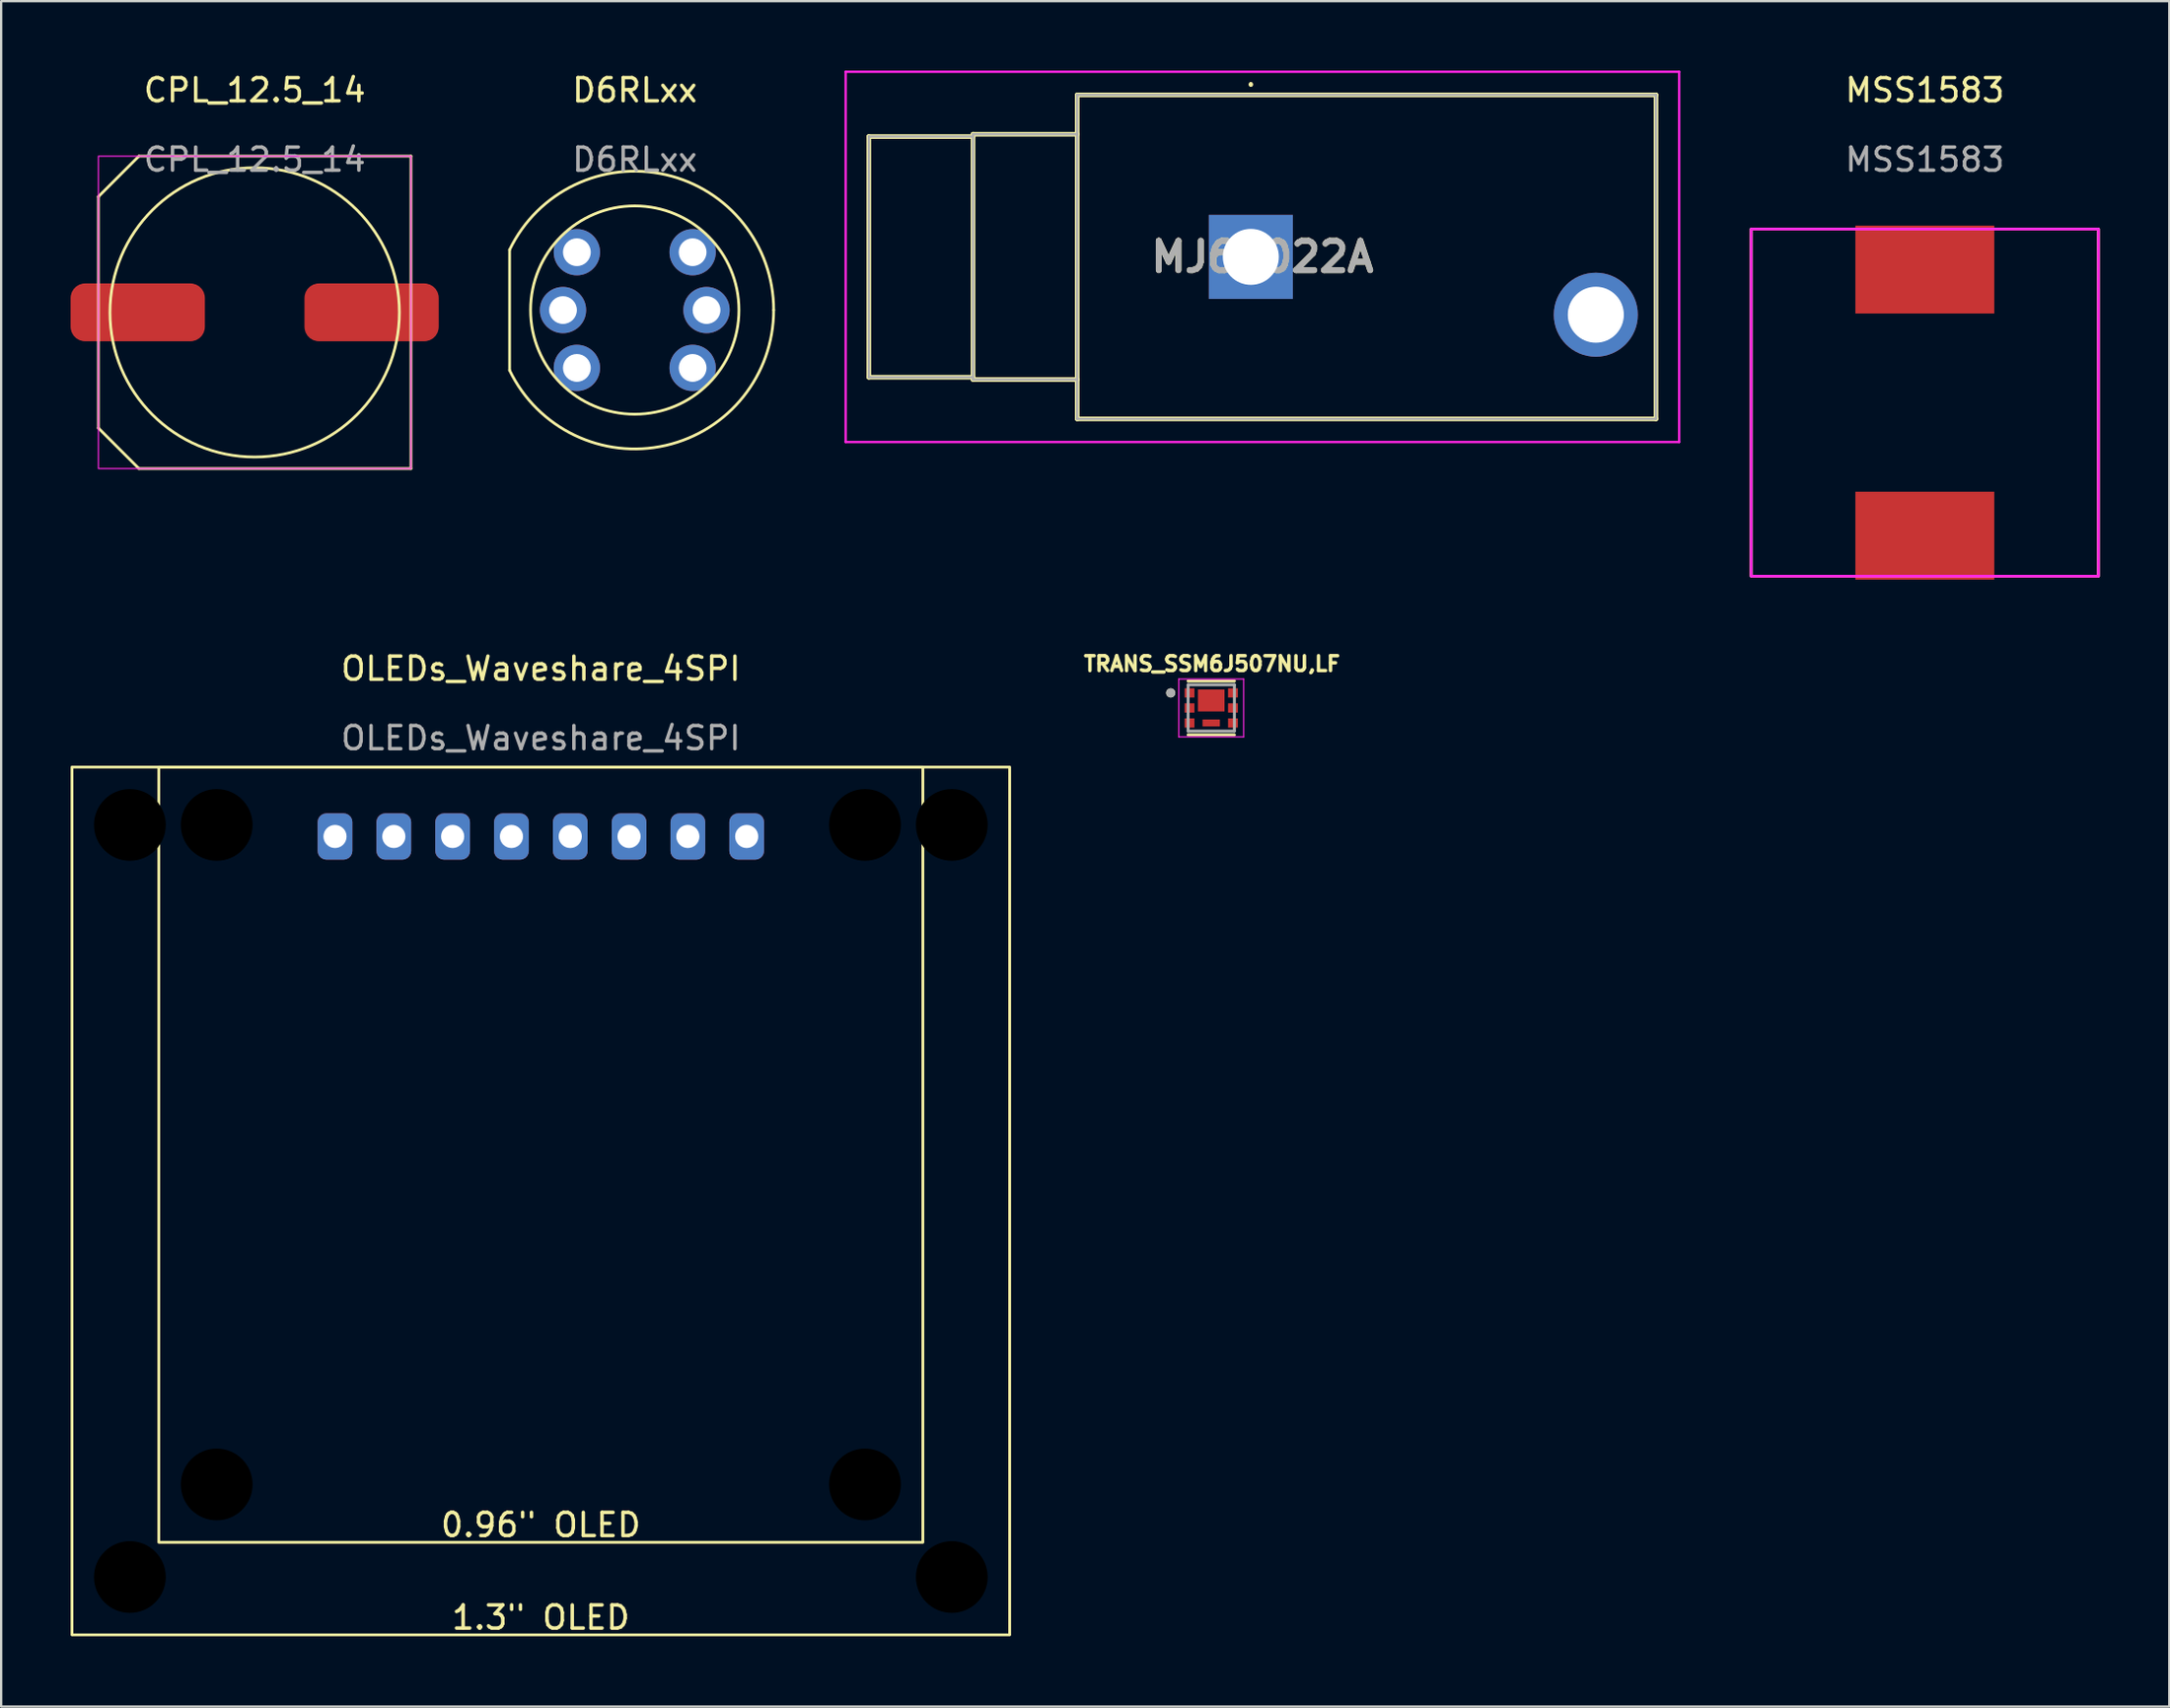
<source format=kicad_pcb>
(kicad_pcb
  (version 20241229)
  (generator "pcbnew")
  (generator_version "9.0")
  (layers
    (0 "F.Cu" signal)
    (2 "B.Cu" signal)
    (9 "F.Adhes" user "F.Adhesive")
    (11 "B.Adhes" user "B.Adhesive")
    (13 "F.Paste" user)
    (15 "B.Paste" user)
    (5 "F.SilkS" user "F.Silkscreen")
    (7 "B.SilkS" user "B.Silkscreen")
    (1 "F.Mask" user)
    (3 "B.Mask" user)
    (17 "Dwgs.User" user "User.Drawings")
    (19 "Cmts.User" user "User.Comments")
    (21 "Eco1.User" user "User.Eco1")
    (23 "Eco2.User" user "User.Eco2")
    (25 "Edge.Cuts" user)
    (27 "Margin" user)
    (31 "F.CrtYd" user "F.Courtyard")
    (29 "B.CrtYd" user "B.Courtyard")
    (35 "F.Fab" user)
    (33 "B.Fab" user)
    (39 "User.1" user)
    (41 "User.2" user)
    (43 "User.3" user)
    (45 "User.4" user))
  (footprint "MSS1583"
    (layer "F.Cu")
    (at 80.086 14.348)
    (property "Reference" "MSS1583" (at 0 -13.5 0) (unlocked yes) (layer "F.SilkS") (effects (font (size 1 1) (thickness 0.15))))
    (attr smd)
    (fp_rect (start -7.5 -7.5) (end 7.5 7.5) (stroke (width 0.12) (type default)) (fill no) (layer "F.SilkS"))
    (fp_rect (start -7.5 -7.5) (end 7.5 7.5) (stroke (width 0.12) (type default)) (fill no) (layer "F.CrtYd"))
    (fp_text user "${REFERENCE}" (at 0 -10.5 0) (unlocked yes) (layer "F.Fab") (effects (font (size 1 1) (thickness 0.15))))
    (pad "1" smd rect (at 0 -5.75) (size 6 3.8) (layers "F.Cu" "F.Mask" "F.Paste"))
    (pad "2" smd rect (at 0 5.75) (size 6 3.8) (layers "F.Cu" "F.Mask" "F.Paste")))
  (footprint "OLEDs_Waveshare_4SPI"
    (layer "F.Cu")
    (at 20.31 48.846)
    (property "Reference" "OLEDs_Waveshare_4SPI" (at 0 -23 0) (unlocked yes) (layer "F.SilkS") (effects (font (size 1 1) (thickness 0.15))))
    (attr through_hole)
    (fp_rect (start -20.25 -18.75) (end 20.25 18.75) (stroke (width 0.12) (type default)) (fill no) (layer "F.SilkS"))
    (fp_rect (start -16.5 -18.75) (end 16.5 14.75) (stroke (width 0.12) (type default)) (fill no) (layer "F.SilkS"))
    (fp_text user "0.96\" OLED" (at 0 14 0) (unlocked yes) (layer "F.SilkS") (effects (font (size 1 1) (thickness 0.15))))
    (fp_text user "1.3\" OLED" (at 0 18 0) (unlocked yes) (layer "F.SilkS") (effects (font (size 1 1) (thickness 0.15))))
    (fp_text user "${REFERENCE}" (at 0 -20 0) (unlocked yes) (layer "F.Fab") (effects (font (size 1 1) (thickness 0.15))))
    (pad "" np_thru_hole circle (at -17.75 -16.25) (size 3.1 3.1) (drill 3.1) (layers "*.Mask"))
    (pad "" np_thru_hole circle (at -17.75 16.25) (size 3.1 3.1) (drill 3.1) (layers "*.Mask"))
    (pad "" np_thru_hole circle (at -14 -16.25) (size 3.1 3.1) (drill 3.1) (layers "*.Mask"))
    (pad "" np_thru_hole circle (at -14 12.25) (size 3.1 3.1) (drill 3.1) (layers "*.Mask"))
    (pad "" np_thru_hole circle (at 14 -16.25) (size 3.1 3.1) (drill 3.1) (layers "*.Mask"))
    (pad "" np_thru_hole circle (at 14 12.25) (size 3.1 3.1) (drill 3.1) (layers "*.Mask"))
    (pad "" np_thru_hole circle (at 17.75 -16.25) (size 3.1 3.1) (drill 3.1) (layers "*.Mask"))
    (pad "" np_thru_hole circle (at 17.75 16.25) (size 3.1 3.1) (drill 3.1) (layers "*.Mask"))
    (pad "1" thru_hole roundrect (at 8.89 -15.75) (size 1.5 2) (drill 1) (layers "*.Cu" "*.Mask") (roundrect_rratio 0.25))
    (pad "2" thru_hole roundrect (at 6.35 -15.75) (size 1.5 2) (drill 1) (layers "*.Cu" "*.Mask") (roundrect_rratio 0.25))
    (pad "3" thru_hole roundrect (at 3.81 -15.75) (size 1.5 2) (drill 1) (layers "*.Cu" "*.Mask") (roundrect_rratio 0.25))
    (pad "4" thru_hole roundrect (at 1.27 -15.75) (size 1.5 2) (drill 1) (layers "*.Cu" "*.Mask") (roundrect_rratio 0.25))
    (pad "5" thru_hole roundrect (at -1.27 -15.75) (size 1.5 2) (drill 1) (layers "*.Cu" "*.Mask") (roundrect_rratio 0.25))
    (pad "6" thru_hole roundrect (at -3.81 -15.75) (size 1.5 2) (drill 1) (layers "*.Cu" "*.Mask") (roundrect_rratio 0.25))
    (pad "7" thru_hole roundrect (at -6.35 -15.75) (size 1.5 2) (drill 1) (layers "*.Cu" "*.Mask") (roundrect_rratio 0.25))
    (pad "8" thru_hole roundrect (at -8.89 -15.75) (size 1.5 2) (drill 1) (layers "*.Cu" "*.Mask") (roundrect_rratio 0.25)))
  (footprint "TRANS_SSM6J507NU,LF"
    (layer "F.Cu")
    (at 49.265 27.542)
    (property "Reference" "TRANS_SSM6J507NU,LF" (at 0.032 -1.906 0) (layer "F.SilkS") (effects (font (size 0.64 0.64) (thickness 0.15))))
    (attr smd)
    (fp_line (start -1 -1.163) (end 1 -1.163) (stroke (width 0.127) (type solid)) (layer "F.SilkS"))
    (fp_line (start -1 1.163) (end 1 1.163) (stroke (width 0.127) (type solid)) (layer "F.SilkS"))
    (fp_circle (center -1.75 -0.65) (end -1.65 -0.65) (stroke (width 0.2) (type solid)) (fill no) (layer "F.SilkS"))
    (fp_line (start -1.4 -1.25) (end -1.4 1.25) (stroke (width 0.05) (type solid)) (layer "F.CrtYd"))
    (fp_line (start -1.4 1.25) (end 1.4 1.25) (stroke (width 0.05) (type solid)) (layer "F.CrtYd"))
    (fp_line (start 1.4 -1.25) (end -1.4 -1.25) (stroke (width 0.05) (type solid)) (layer "F.CrtYd"))
    (fp_line (start 1.4 1.25) (end 1.4 -1.25) (stroke (width 0.05) (type solid)) (layer "F.CrtYd"))
    (fp_line (start -1 -1) (end -1 1) (stroke (width 0.127) (type solid)) (layer "F.Fab"))
    (fp_line (start -1 1) (end 1 1) (stroke (width 0.127) (type solid)) (layer "F.Fab"))
    (fp_line (start 1 -1) (end -1 -1) (stroke (width 0.127) (type solid)) (layer "F.Fab"))
    (fp_line (start 1 1) (end 1 -1) (stroke (width 0.127) (type solid)) (layer "F.Fab"))
    (fp_circle (center -1.75 -0.65) (end -1.65 -0.65) (stroke (width 0.2) (type solid)) (fill no) (layer "F.Fab"))
    (pad "1" smd rect (at -0.938 -0.65) (size 0.425 0.4) (layers "F.Cu" "F.Mask" "F.Paste"))
    (pad "2" smd rect (at -0.938 0) (size 0.425 0.4) (layers "F.Cu" "F.Mask" "F.Paste"))
    (pad "3" smd rect (at -0.938 0.65) (size 0.425 0.4) (layers "F.Cu" "F.Mask" "F.Paste"))
    (pad "4" smd rect (at 0.938 0.65 180) (size 0.425 0.4) (layers "F.Cu" "F.Mask" "F.Paste"))
    (pad "5" smd rect (at 0.938 0 180) (size 0.425 0.4) (layers "F.Cu" "F.Mask" "F.Paste"))
    (pad "6" smd rect (at 0.938 -0.65 180) (size 0.425 0.4) (layers "F.Cu" "F.Mask" "F.Paste"))
    (pad "7" smd rect (at 0 -0.325) (size 1.15 0.95) (layers "F.Cu" "F.Mask" "F.Paste"))
    (pad "8" smd rect (at 0 0.65) (size 0.75 0.3) (layers "F.Cu" "F.Mask" "F.Paste")))
  (footprint "MJ63022A"
    (layer "F.Cu")
    (at 50.976 8.05)
    (property "Reference" "MJ63022A" (at 0.5 0 0) (layer "F.SilkS") (effects (font (size 1.27 1.27) (thickness 0.254))))
    (attr through_hole)
    (fp_line (start -16.5 -5.2) (end -16.5 5.2) (stroke (width 0.2) (type solid)) (layer "F.SilkS"))
    (fp_line (start -16.5 5.2) (end -12 5.2) (stroke (width 0.2) (type solid)) (layer "F.SilkS"))
    (fp_line (start -12 -5.3) (end -12 5.3) (stroke (width 0.2) (type solid)) (layer "F.SilkS"))
    (fp_line (start -12 -5.2) (end -16.5 -5.2) (stroke (width 0.2) (type solid)) (layer "F.SilkS"))
    (fp_line (start -12 5.3) (end -7.5 5.3) (stroke (width 0.2) (type solid)) (layer "F.SilkS"))
    (fp_line (start -7.5 -7) (end -7.5 7) (stroke (width 0.2) (type solid)) (layer "F.SilkS"))
    (fp_line (start -7.5 -5.3) (end -12 -5.3) (stroke (width 0.2) (type solid)) (layer "F.SilkS"))
    (fp_line (start -7.5 7) (end 17.5 7) (stroke (width 0.2) (type solid)) (layer "F.SilkS"))
    (fp_line (start 0 -7.5) (end 0 -7.5) (stroke (width 0.1) (type solid)) (layer "F.SilkS"))
    (fp_line (start 0 -7.4) (end 0 -7.4) (stroke (width 0.1) (type solid)) (layer "F.SilkS"))
    (fp_line (start 17.5 -7) (end -7.5 -7) (stroke (width 0.2) (type solid)) (layer "F.SilkS"))
    (fp_line (start 17.5 7) (end 17.5 -7) (stroke (width 0.2) (type solid)) (layer "F.SilkS"))
    (fp_arc (start 0 -7.5) (mid 0.05 -7.45) (end 0 -7.4) (stroke (width 0.1) (type solid)) (layer "F.SilkS"))
    (fp_arc (start 0 -7.4) (mid -0.05 -7.45) (end 0 -7.5) (stroke (width 0.1) (type solid)) (layer "F.SilkS"))
    (fp_line (start -17.5 -8) (end 18.5 -8) (stroke (width 0.1) (type solid)) (layer "F.CrtYd"))
    (fp_line (start -17.5 8) (end -17.5 -8) (stroke (width 0.1) (type solid)) (layer "F.CrtYd"))
    (fp_line (start 18.5 -8) (end 18.5 8) (stroke (width 0.1) (type solid)) (layer "F.CrtYd"))
    (fp_line (start 18.5 8) (end -17.5 8) (stroke (width 0.1) (type solid)) (layer "F.CrtYd"))
    (fp_line (start -16.5 -5.2) (end -16.5 5.2) (stroke (width 0.1) (type solid)) (layer "F.Fab"))
    (fp_line (start -16.5 5.2) (end -12 5.2) (stroke (width 0.1) (type solid)) (layer "F.Fab"))
    (fp_line (start -12 -5.3) (end -12 5.3) (stroke (width 0.1) (type solid)) (layer "F.Fab"))
    (fp_line (start -12 -5.2) (end -16.5 -5.2) (stroke (width 0.1) (type solid)) (layer "F.Fab"))
    (fp_line (start -12 5.3) (end -7.5 5.3) (stroke (width 0.1) (type solid)) (layer "F.Fab"))
    (fp_line (start -7.5 -7) (end -7.5 7) (stroke (width 0.1) (type solid)) (layer "F.Fab"))
    (fp_line (start -7.5 -5.3) (end -12 -5.3) (stroke (width 0.1) (type solid)) (layer "F.Fab"))
    (fp_line (start -7.5 7) (end 17.5 7) (stroke (width 0.1) (type solid)) (layer "F.Fab"))
    (fp_line (start 17.5 -7) (end -7.5 -7) (stroke (width 0.1) (type solid)) (layer "F.Fab"))
    (fp_line (start 17.5 7) (end 17.5 -7) (stroke (width 0.1) (type solid)) (layer "F.Fab"))
    (fp_text user "${REFERENCE}" (at 0.5 0 0) (layer "F.Fab") (effects (font (size 1.27 1.27) (thickness 0.254))))
    (pad "S" thru_hole rect (at 0 0) (size 3.63 3.63) (drill 2.42) (layers "*.Cu" "*.Mask"))
    (pad "T" thru_hole circle (at 14.9 2.5) (size 3.63 3.63) (drill 2.42) (layers "*.Cu" "*.Mask")))
  (footprint "CPL_12.5_14"
    (layer "F.Cu")
    (at 7.95 10.448)
    (property "Reference" "CPL_12.5_14" (at 0 -9.6 0) (unlocked yes) (layer "F.SilkS") (effects (font (size 1 1) (thickness 0.15))))
    (attr smd)
    (fp_line (start -6.75 -5) (end -5 -6.75) (stroke (width 0.12) (type default)) (layer "F.SilkS"))
    (fp_line (start -6.75 5) (end -6.75 -5) (stroke (width 0.12) (type default)) (layer "F.SilkS"))
    (fp_line (start -6.75 5) (end -5 6.75) (stroke (width 0.12) (type default)) (layer "F.SilkS"))
    (fp_line (start -5 -6.75) (end 6.75 -6.75) (stroke (width 0.12) (type default)) (layer "F.SilkS"))
    (fp_line (start 6.75 -6.75) (end 6.75 6.75) (stroke (width 0.12) (type default)) (layer "F.SilkS"))
    (fp_line (start 6.75 6.75) (end -5 6.75) (stroke (width 0.12) (type default)) (layer "F.SilkS"))
    (fp_circle (center 0 0) (end 6.25 0) (stroke (width 0.12) (type default)) (fill no) (layer "F.SilkS"))
    (fp_rect (start -6.75 -6.75) (end 6.75 6.75) (stroke (width 0.05) (type default)) (fill no) (layer "F.CrtYd"))
    (fp_text user "${REFERENCE}" (at 0 -6.6 0) (unlocked yes) (layer "F.Fab") (effects (font (size 1 1) (thickness 0.15))))
    (pad "1" smd roundrect (at -5.05 0) (size 5.8 2.5) (layers "F.Cu" "F.Mask" "F.Paste") (roundrect_rratio 0.25))
    (pad "2" smd roundrect (at 5.05 0) (size 5.8 2.5) (layers "F.Cu" "F.Mask" "F.Paste") (roundrect_rratio 0.25)))
  (footprint "D6RLxx"
    (layer "F.Cu")
    (at 24.366 10.348)
    (property "Reference" "D6RLxx" (at 0 -9.5 0) (unlocked yes) (layer "F.SilkS") (effects (font (size 1 1) (thickness 0.15))))
    (attr through_hole)
    (fp_line (start -5.406 -2.603) (end -5.406 2.603) (stroke (width 0.12) (type default)) (layer "F.SilkS"))
    (fp_arc (start -5.40601 -2.602894) (mid 1.334905 -5.849618) (end 6 0) (stroke (width 0.12) (type default)) (layer "F.SilkS"))
    (fp_arc (start 6 0) (mid 1.334905 5.849618) (end -5.40601 2.602894) (stroke (width 0.12) (type default)) (layer "F.SilkS"))
    (fp_circle (center 0 0) (end 4.5 0) (stroke (width 0.12) (type default)) (fill no) (layer "F.SilkS"))
    (fp_text user "${REFERENCE}" (at 0 -6.5 0) (unlocked yes) (layer "F.Fab") (effects (font (size 1 1) (thickness 0.15))))
    (pad "1" thru_hole circle (at -2.5 -2.5) (size 2 2) (drill 1.2) (layers "*.Cu" "*.Mask"))
    (pad "2" thru_hole circle (at 2.5 -2.5) (size 2 2) (drill 1.2) (layers "*.Cu" "*.Mask"))
    (pad "3" thru_hole circle (at -2.5 2.5) (size 2 2) (drill 1.2) (layers "*.Cu" "*.Mask"))
    (pad "4" thru_hole circle (at 2.5 2.5) (size 2 2) (drill 1.2) (layers "*.Cu" "*.Mask"))
    (pad "5" thru_hole circle (at 3.1 0) (size 2 2) (drill 1.2) (layers "*.Cu" "*.Mask"))
    (pad "6" thru_hole circle (at -3.1 0) (size 2 2) (drill 1.2) (layers "*.Cu" "*.Mask")))
  (gr_rect
    (start -3 -3)
    (end 90.646 70.695)
    (stroke (width 0.1) (type default))
    (fill no)
    (layer "Edge.Cuts")))
</source>
